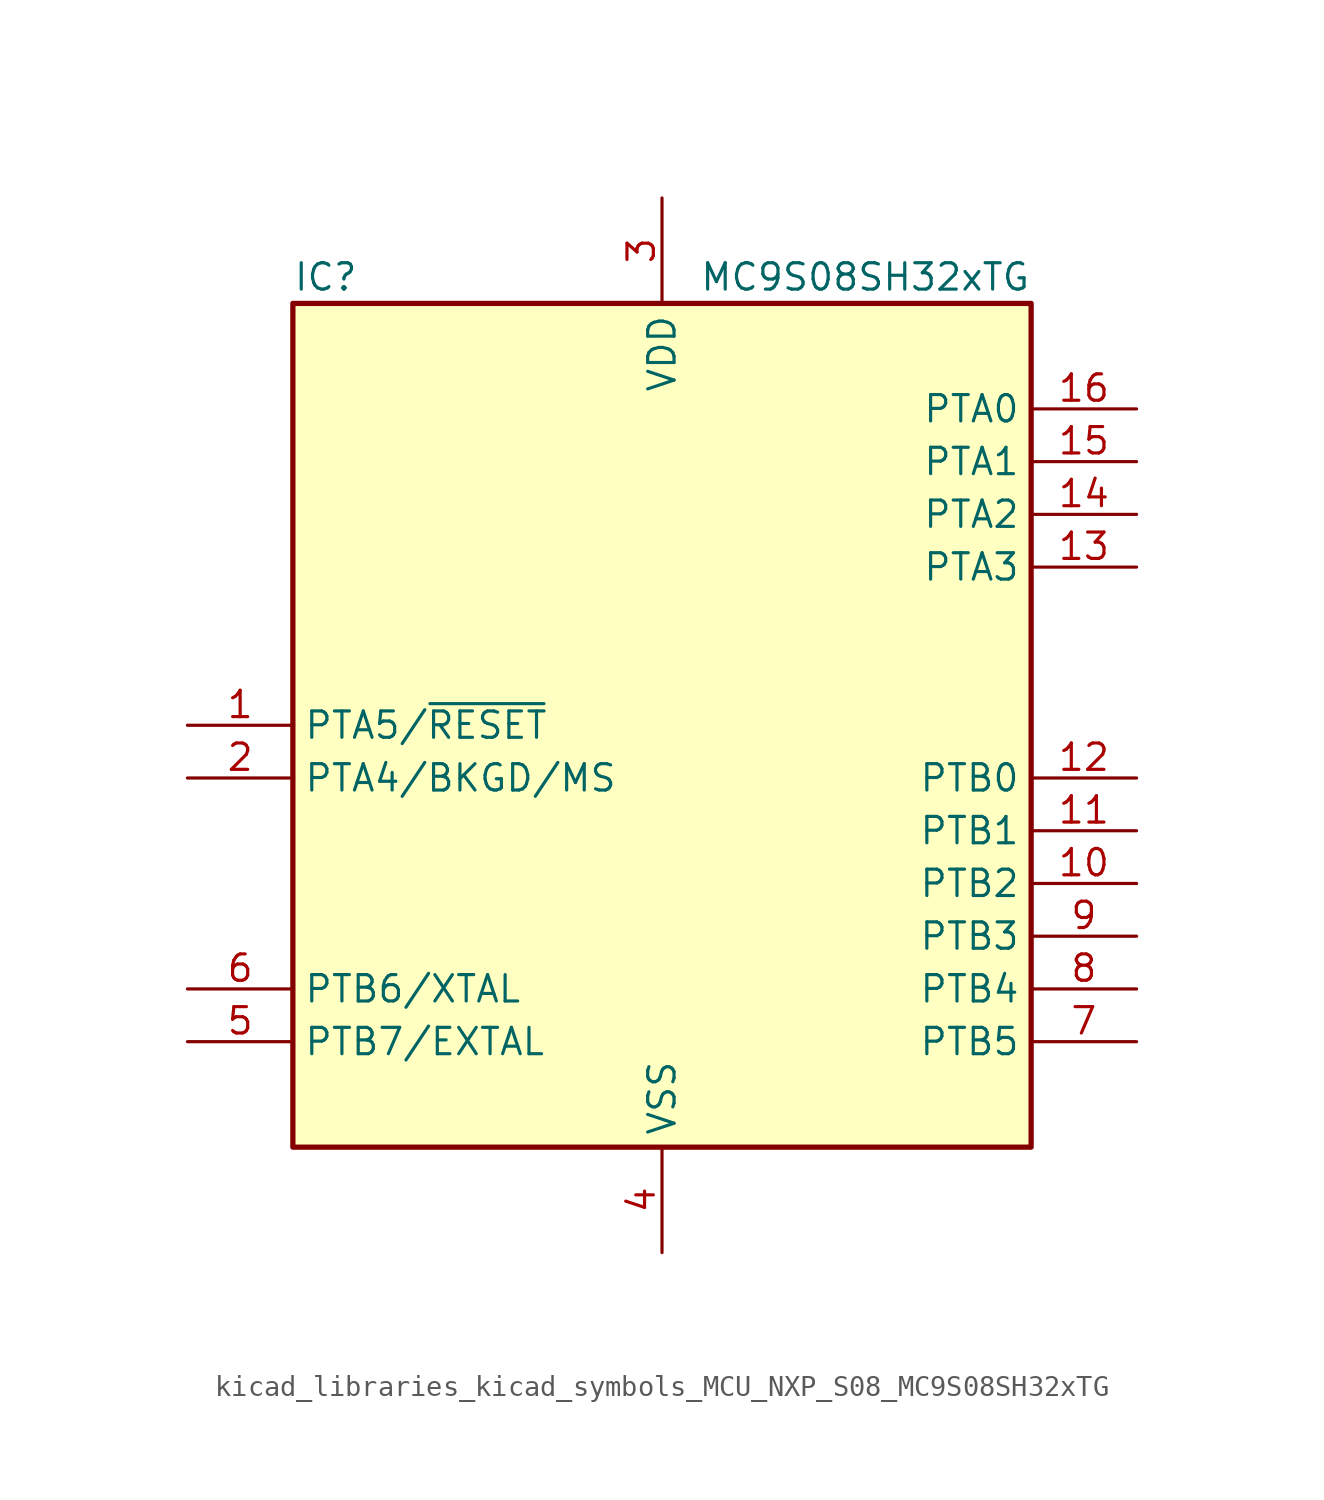
<source format=kicad_sym>
(kicad_symbol_lib
  (version 20220914)
  (generator kicad_symbol_editor)
  (symbol "kicad_libraries_kicad_symbols_MCU_NXP_S08_MC9S08SH32xTG"
    (property "Reference" "IC"
      (at -17.78 21.59 0)
      (effects (font (size 1.27 1.27)) (justify left)))
    (property "Value" "MC9S08SH32xTG"
      (at 17.78 21.59 0)
      (effects (font (size 1.27 1.27)) (justify right)))
    (symbol "kicad_libraries_kicad_symbols_MCU_NXP_S08_MC9S08SH32xTG_0_1"
      (rectangle (start -17.78 20.32) (end 17.78 -20.32) (stroke (width 0.254) (type default)) (fill (type background))))
    (symbol "kicad_libraries_kicad_symbols_MCU_NXP_S08_MC9S08SH32xTG_1_1"
      (pin bidirectional line (at -22.86 0 0) (length 5.08) (name "PTA5/~{RESET}" (effects (font (size 1.27 1.27)))) (number "1" (effects (font (size 1.27 1.27)))))
      (pin bidirectional line (at 22.86 -7.62 180) (length 5.08) (name "PTB2" (effects (font (size 1.27 1.27)))) (number "10" (effects (font (size 1.27 1.27)))))
      (pin bidirectional line (at 22.86 -5.08 180) (length 5.08) (name "PTB1" (effects (font (size 1.27 1.27)))) (number "11" (effects (font (size 1.27 1.27)))))
      (pin bidirectional line (at 22.86 -2.54 180) (length 5.08) (name "PTB0" (effects (font (size 1.27 1.27)))) (number "12" (effects (font (size 1.27 1.27)))))
      (pin bidirectional line (at 22.86 7.62 180) (length 5.08) (name "PTA3" (effects (font (size 1.27 1.27)))) (number "13" (effects (font (size 1.27 1.27)))))
      (pin bidirectional line (at 22.86 10.16 180) (length 5.08) (name "PTA2" (effects (font (size 1.27 1.27)))) (number "14" (effects (font (size 1.27 1.27)))))
      (pin bidirectional line (at 22.86 12.7 180) (length 5.08) (name "PTA1" (effects (font (size 1.27 1.27)))) (number "15" (effects (font (size 1.27 1.27)))))
      (pin bidirectional line (at 22.86 15.24 180) (length 5.08) (name "PTA0" (effects (font (size 1.27 1.27)))) (number "16" (effects (font (size 1.27 1.27)))))
      (pin bidirectional line (at -22.86 -2.54 0) (length 5.08) (name "PTA4/BKGD/MS" (effects (font (size 1.27 1.27)))) (number "2" (effects (font (size 1.27 1.27)))))
      (pin power_in line (at 0 25.4 270) (length 5.08) (name "VDD" (effects (font (size 1.27 1.27)))) (number "3" (effects (font (size 1.27 1.27)))))
      (pin power_in line (at 0 -25.4 90) (length 5.08) (name "VSS" (effects (font (size 1.27 1.27)))) (number "4" (effects (font (size 1.27 1.27)))))
      (pin bidirectional line (at -22.86 -15.24 0) (length 5.08) (name "PTB7/EXTAL" (effects (font (size 1.27 1.27)))) (number "5" (effects (font (size 1.27 1.27)))))
      (pin bidirectional line (at -22.86 -12.7 0) (length 5.08) (name "PTB6/XTAL" (effects (font (size 1.27 1.27)))) (number "6" (effects (font (size 1.27 1.27)))))
      (pin bidirectional line (at 22.86 -15.24 180) (length 5.08) (name "PTB5" (effects (font (size 1.27 1.27)))) (number "7" (effects (font (size 1.27 1.27)))))
      (pin bidirectional line (at 22.86 -12.7 180) (length 5.08) (name "PTB4" (effects (font (size 1.27 1.27)))) (number "8" (effects (font (size 1.27 1.27)))))
      (pin bidirectional line (at 22.86 -10.16 180) (length 5.08) (name "PTB3" (effects (font (size 1.27 1.27)))) (number "9" (effects (font (size 1.27 1.27))))))))
</source>
